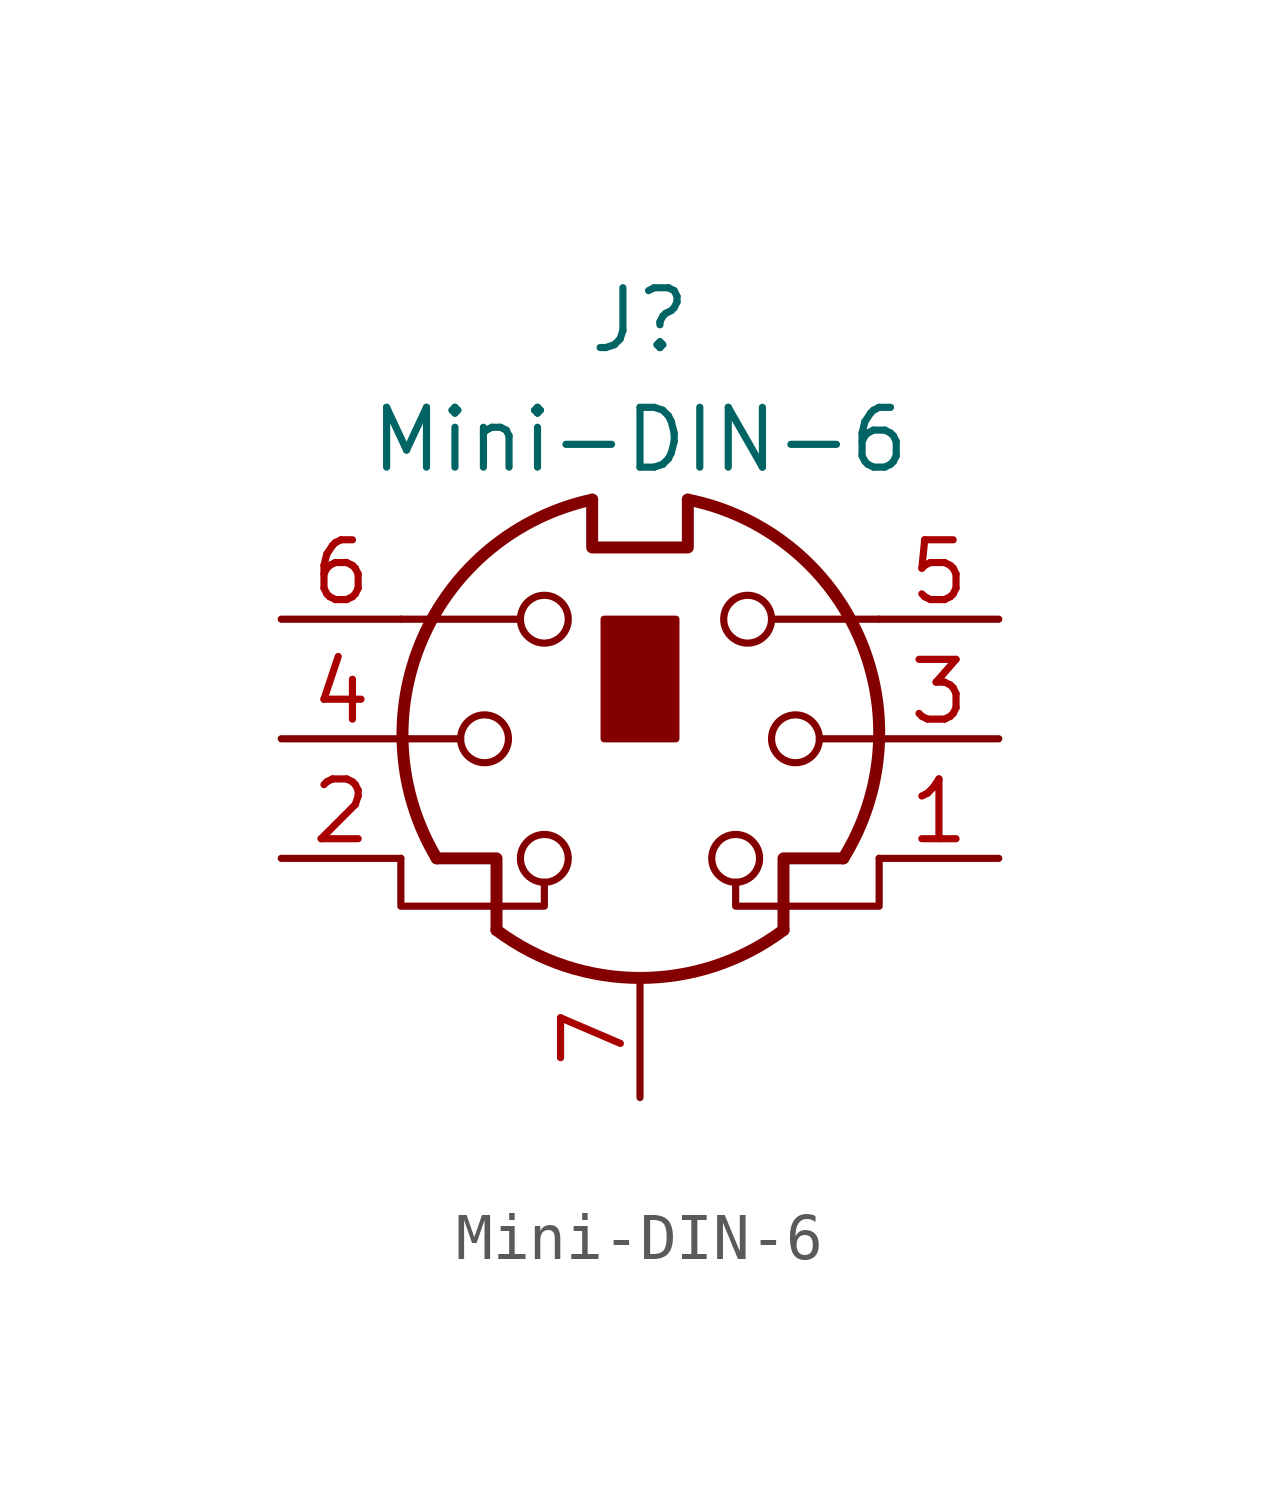
<source format=kicad_sym>
(kicad_symbol_lib
  (version 20211014)
  (generator kicad_symbol_editor)
  (symbol "Mini-DIN-6"
    (property "Reference" "J"
      (at -7.62 11.43 0)
      (effects (font (size 1.27 1.27))))
    (property "Value" "Mini-DIN-6"
      (at -7.62 8.89 0)
      (effects (font (size 1.27 1.27))))
    (symbol "Mini-DIN-6_0_1"
      (circle (center -10.922 2.54) (radius 0.508) (stroke (width 0) (type default) (color 0 0 0 0)) (fill (type none)))
      (arc (start -10.668 -1.524) (mid -7.62 -2.54) (end -4.572 -1.524) (stroke (width 0.254) (type default) (color 0 0 0 0)) (fill (type none)))
      (circle (center -9.652 0) (radius 0.508) (stroke (width 0) (type default) (color 0 0 0 0)) (fill (type none)))
      (circle (center -9.652 5.08) (radius 0.508) (stroke (width 0) (type default) (color 0 0 0 0)) (fill (type none)))
      (arc (start -8.636 7.62) (mid -12.2441 4.6581) (end -11.938 0) (stroke (width 0.254) (type default) (color 0 0 0 0)) (fill (type none)))
      (rectangle (start -8.382 5.08) (end -6.858 2.54) (stroke (width 0) (type default) (color 0 0 0 0)) (fill (type outline)))
      (circle (center -5.588 0) (radius 0.508) (stroke (width 0) (type default) (color 0 0 0 0)) (fill (type none)))
      (circle (center -5.334 5.08) (radius 0.508) (stroke (width 0) (type default) (color 0 0 0 0)) (fill (type none)))
      (circle (center -4.318 2.54) (radius 0.508) (stroke (width 0) (type default) (color 0 0 0 0)) (fill (type none)))
      (arc (start -3.302 0) (mid -2.9554 4.6757) (end -6.604 7.62) (stroke (width 0.254) (type default) (color 0 0 0 0)) (fill (type none)))
      (polyline (pts (xy -11.43 2.54) (xy -12.7 2.54)) (stroke (width 0) (type default) (color 0 0 0 0)) (fill (type none)))
      (polyline (pts (xy -10.16 5.08) (xy -12.7 5.08)) (stroke (width 0) (type default) (color 0 0 0 0)) (fill (type none)))
      (polyline (pts (xy -4.826 5.08) (xy -2.54 5.08)) (stroke (width 0) (type default) (color 0 0 0 0)) (fill (type none)))
      (polyline (pts (xy -2.54 2.54) (xy -3.81 2.54)) (stroke (width 0) (type default) (color 0 0 0 0)) (fill (type none)))
      (polyline (pts (xy -11.938 0) (xy -10.668 0) (xy -10.668 -1.524)) (stroke (width 0.254) (type default) (color 0 0 0 0)) (fill (type none)))
      (polyline (pts (xy -3.302 0) (xy -4.572 0) (xy -4.572 -1.524)) (stroke (width 0.254) (type default) (color 0 0 0 0)) (fill (type none)))
      (polyline (pts (xy -9.652 -0.508) (xy -9.652 -1.016) (xy -12.7 -1.016) (xy -12.7 0)) (stroke (width 0) (type default) (color 0 0 0 0)) (fill (type none)))
      (polyline (pts (xy -8.636 7.62) (xy -8.636 6.604) (xy -6.604 6.604) (xy -6.604 7.62)) (stroke (width 0.254) (type default) (color 0 0 0 0)) (fill (type none)))
      (polyline (pts (xy -5.588 -0.508) (xy -5.588 -1.016) (xy -2.54 -1.016) (xy -2.54 0)) (stroke (width 0) (type default) (color 0 0 0 0)) (fill (type none))))
    (symbol "Mini-DIN-6_1_1"
      (pin passive line (at 0 0 180) (length 2.54) (name "~" (effects (font (size 1.27 1.27)))) (number "1" (effects (font (size 1.27 1.27)))))
      (pin passive line (at -15.24 0 0) (length 2.54) (name "~" (effects (font (size 1.27 1.27)))) (number "2" (effects (font (size 1.27 1.27)))))
      (pin passive line (at 0 2.54 180) (length 2.54) (name "~" (effects (font (size 1.27 1.27)))) (number "3" (effects (font (size 1.27 1.27)))))
      (pin passive line (at -15.24 2.54 0) (length 2.54) (name "~" (effects (font (size 1.27 1.27)))) (number "4" (effects (font (size 1.27 1.27)))))
      (pin passive line (at 0 5.08 180) (length 2.54) (name "~" (effects (font (size 1.27 1.27)))) (number "5" (effects (font (size 1.27 1.27)))))
      (pin passive line (at -15.24 5.08 0) (length 2.54) (name "~" (effects (font (size 1.27 1.27)))) (number "6" (effects (font (size 1.27 1.27)))))
      (pin passive line (at -7.62 -5.08 90) (length 2.54) (name "" (effects (font (size 1.27 1.27)))) (number "7" (effects (font (size 1.27 1.27))))))))
</source>
